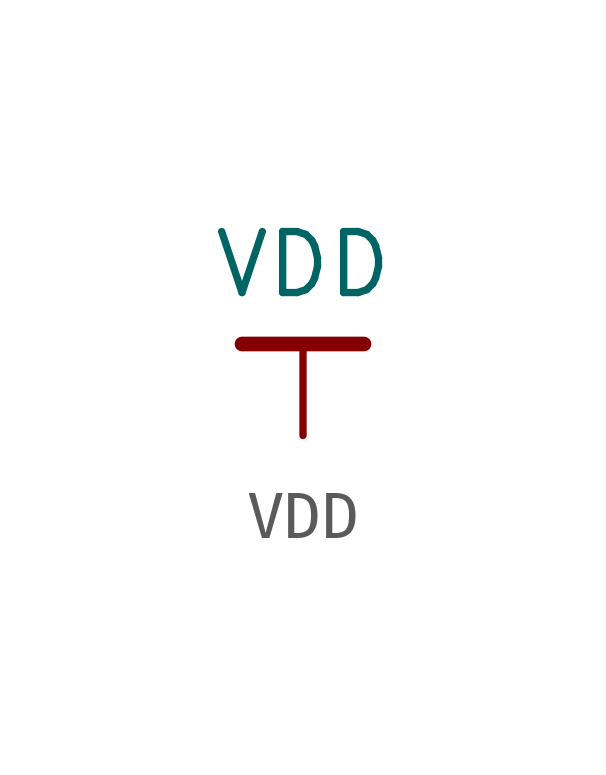
<source format=kicad_sym>
(kicad_symbol_lib
  (version 20231120)
  (generator "kicad_symbol_editor")
  (generator_version "8.0")
  (symbol "VDD"
    (power)
    (pin_names
      (offset 0))
    (property "Reference" "#PWR"
      (at 0 -3.81 0)
      (effects (font (size 1.27 1.27)) (hide yes)))
    (property "Value" "VDD"
      (at 0 3.556 0)
      (effects (font (size 1.27 1.27))))
    (symbol "VDD_0_1"
      (polyline (pts (xy -1.27 1.905) (xy 1.27 1.905)) (stroke (width 0.305) (type solid)) (fill (type none)))
      (polyline (pts (xy 0 0) (xy 0 1.905)) (stroke (width 0) (type solid)) (fill (type none))))
    (symbol "VDD_1_1"
      (pin power_in line (at 0 0 90) (length 0) hide (name "VDD" (effects (font (size 1.27 1.27)))) (number "1" (effects (font (size 1.27 1.27))))))))
</source>
